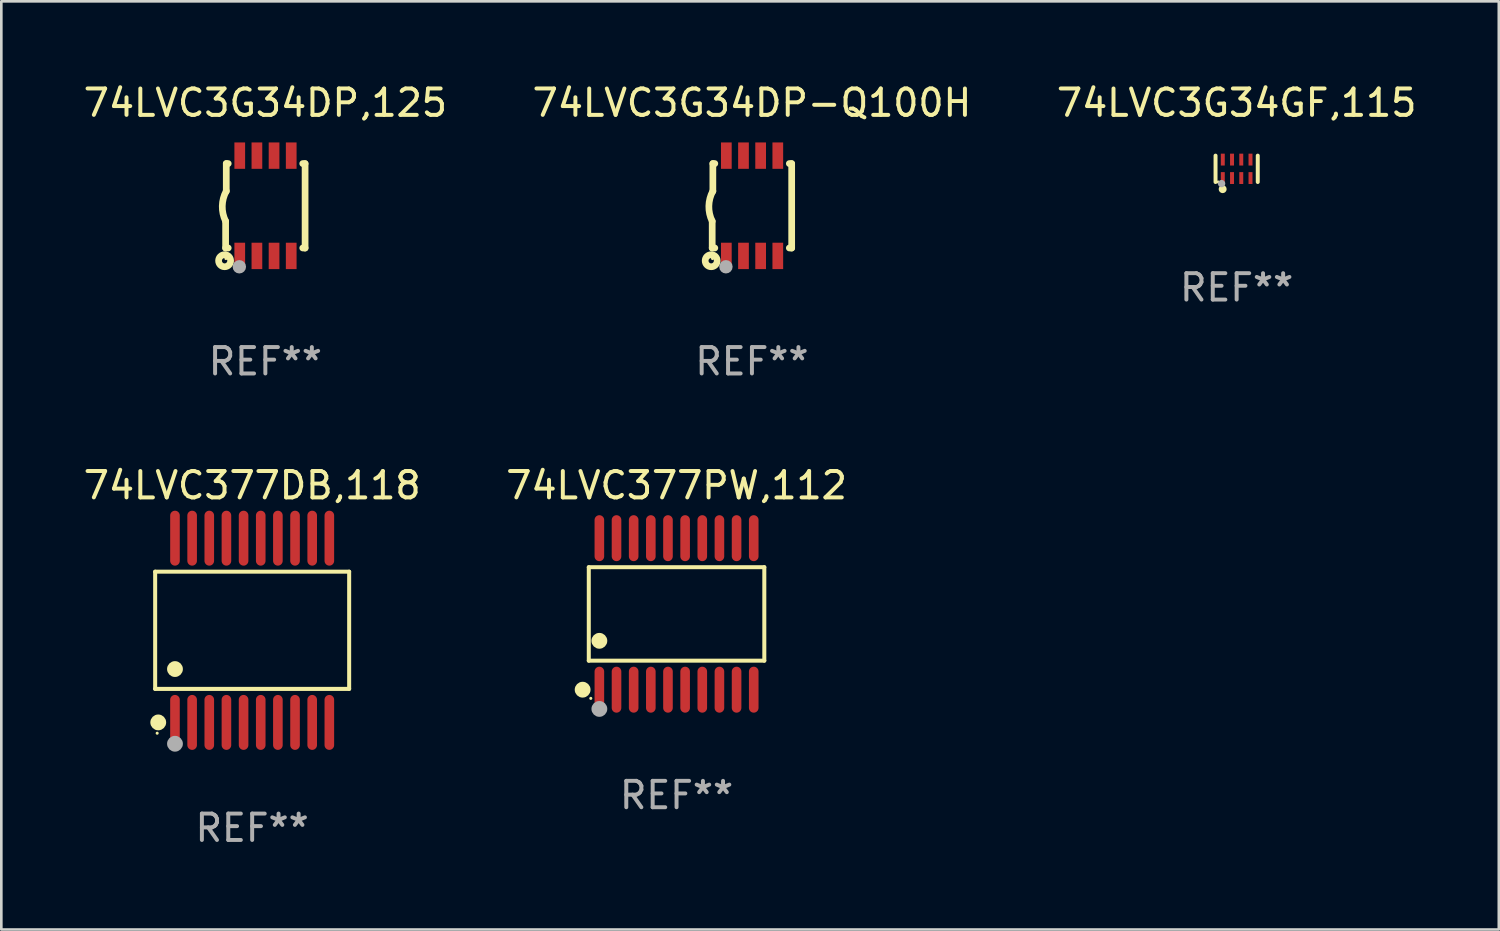
<source format=kicad_pcb>
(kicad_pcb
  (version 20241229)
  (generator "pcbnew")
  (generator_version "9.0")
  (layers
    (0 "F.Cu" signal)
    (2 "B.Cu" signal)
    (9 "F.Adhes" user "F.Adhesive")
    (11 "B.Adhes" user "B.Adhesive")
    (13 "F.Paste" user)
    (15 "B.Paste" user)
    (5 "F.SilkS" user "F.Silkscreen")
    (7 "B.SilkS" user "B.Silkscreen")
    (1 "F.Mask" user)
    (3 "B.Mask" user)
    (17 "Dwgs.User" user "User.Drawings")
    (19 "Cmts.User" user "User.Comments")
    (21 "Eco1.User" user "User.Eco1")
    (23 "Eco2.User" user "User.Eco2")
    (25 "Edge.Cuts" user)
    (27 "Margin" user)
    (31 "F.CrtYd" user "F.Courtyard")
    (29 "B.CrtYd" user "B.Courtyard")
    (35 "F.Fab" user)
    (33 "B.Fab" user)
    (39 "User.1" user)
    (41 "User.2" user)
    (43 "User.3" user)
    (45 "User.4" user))
  (footprint "74LVC377DB,118"
    (layer "F.Cu")
    (at 6.506 20.836)
    (property "Reference" "74LVC377DB,118" (at 0 -5.491 0) (layer "F.SilkS") (effects (font (size 1 1) (thickness 0.15))))
    (attr through_hole)
    (fp_line (start -3.676 -2.221) (end 3.676 -2.221) (stroke (width 0.152) (type solid)) (layer "F.SilkS"))
    (fp_line (start -3.676 2.221) (end -3.676 -2.221) (stroke (width 0.152) (type solid)) (layer "F.SilkS"))
    (fp_line (start 3.676 -2.221) (end 3.676 2.221) (stroke (width 0.152) (type solid)) (layer "F.SilkS"))
    (fp_line (start 3.676 2.221) (end -3.676 2.221) (stroke (width 0.152) (type solid)) (layer "F.SilkS"))
    (fp_circle (center -3.6 3.9) (end -3.57 3.9) (stroke (width 0.06) (type solid)) (fill no) (layer "F.SilkS"))
    (fp_circle (center -3.559 3.491) (end -3.409 3.491) (stroke (width 0.3) (type solid)) (fill no) (layer "F.SilkS"))
    (fp_circle (center -2.925 1.469) (end -2.775 1.469) (stroke (width 0.3) (type solid)) (fill no) (layer "F.SilkS"))
    (fp_circle (center -2.925 4.3) (end -2.775 4.3) (stroke (width 0.3) (type solid)) (fill no) (layer "F.Fab"))
    (fp_text user "REF**" (at 0 7.491 0) (layer "F.Fab") (effects (font (size 1 1) (thickness 0.15))))
    (pad "1" smd oval (at -2.925 3.491) (size 0.364 2.082) (layers "F.Cu" "F.Mask" "F.Paste"))
    (pad "2" smd oval (at -2.275 3.491) (size 0.364 2.082) (layers "F.Cu" "F.Mask" "F.Paste"))
    (pad "3" smd oval (at -1.625 3.491) (size 0.364 2.082) (layers "F.Cu" "F.Mask" "F.Paste"))
    (pad "4" smd oval (at -0.975 3.491) (size 0.364 2.082) (layers "F.Cu" "F.Mask" "F.Paste"))
    (pad "5" smd oval (at -0.325 3.491) (size 0.364 2.082) (layers "F.Cu" "F.Mask" "F.Paste"))
    (pad "6" smd oval (at 0.325 3.491) (size 0.364 2.082) (layers "F.Cu" "F.Mask" "F.Paste"))
    (pad "7" smd oval (at 0.975 3.491) (size 0.364 2.082) (layers "F.Cu" "F.Mask" "F.Paste"))
    (pad "8" smd oval (at 1.625 3.491) (size 0.364 2.082) (layers "F.Cu" "F.Mask" "F.Paste"))
    (pad "9" smd oval (at 2.275 3.491) (size 0.364 2.082) (layers "F.Cu" "F.Mask" "F.Paste"))
    (pad "10" smd oval (at 2.925 3.491) (size 0.364 2.082) (layers "F.Cu" "F.Mask" "F.Paste"))
    (pad "11" smd oval (at 2.925 -3.491) (size 0.364 2.082) (layers "F.Cu" "F.Mask" "F.Paste"))
    (pad "12" smd oval (at 2.275 -3.491) (size 0.364 2.082) (layers "F.Cu" "F.Mask" "F.Paste"))
    (pad "13" smd oval (at 1.625 -3.491) (size 0.364 2.082) (layers "F.Cu" "F.Mask" "F.Paste"))
    (pad "14" smd oval (at 0.975 -3.491) (size 0.364 2.082) (layers "F.Cu" "F.Mask" "F.Paste"))
    (pad "15" smd oval (at 0.325 -3.491) (size 0.364 2.082) (layers "F.Cu" "F.Mask" "F.Paste"))
    (pad "16" smd oval (at -0.325 -3.491) (size 0.364 2.082) (layers "F.Cu" "F.Mask" "F.Paste"))
    (pad "17" smd oval (at -0.975 -3.491) (size 0.364 2.082) (layers "F.Cu" "F.Mask" "F.Paste"))
    (pad "18" smd oval (at -1.625 -3.491) (size 0.364 2.082) (layers "F.Cu" "F.Mask" "F.Paste"))
    (pad "19" smd oval (at -2.275 -3.491) (size 0.364 2.082) (layers "F.Cu" "F.Mask" "F.Paste"))
    (pad "20" smd oval (at -2.925 -3.491) (size 0.364 2.082) (layers "F.Cu" "F.Mask" "F.Paste")))
  (footprint "74LVC3G34DP-Q100H"
    (layer "F.Cu")
    (at 25.446 4.748)
    (property "Reference" "74LVC3G34DP-Q100H" (at 0 -3.9 0) (layer "F.SilkS") (effects (font (size 1 1) (thickness 0.15))))
    (attr through_hole)
    (fp_line (start -1.506 1.6) (end -1.506 0.584) (stroke (width 0.254) (type solid)) (layer "F.SilkS"))
    (fp_line (start -1.506 1.6) (end -1.407 1.6) (stroke (width 0.254) (type solid)) (layer "F.SilkS"))
    (fp_line (start -1.481 -1.599) (end -1.481 -0.549) (stroke (width 0.254) (type solid)) (layer "F.SilkS"))
    (fp_line (start -1.481 -1.599) (end -1.407 -1.599) (stroke (width 0.254) (type solid)) (layer "F.SilkS"))
    (fp_line (start 1.417 -1.599) (end 1.506 -1.599) (stroke (width 0.254) (type solid)) (layer "F.SilkS"))
    (fp_line (start 1.417 1.6) (end 1.506 1.6) (stroke (width 0.254) (type solid)) (layer "F.SilkS"))
    (fp_line (start 1.506 1.603) (end 1.506 -1.595) (stroke (width 0.254) (type solid)) (layer "F.SilkS"))
    (fp_arc (start -1.506223 0.584328) (mid -1.632455 0.00974) (end -1.480823 -0.558674) (stroke (width 0.254001) (type solid)) (layer "F.SilkS"))
    (fp_circle (center -1.544 2.083) (end -1.443 2.083) (stroke (width 0.254) (type solid)) (fill no) (layer "F.SilkS"))
    (fp_circle (center -1.495 2) (end -1.465 2) (stroke (width 0.06) (type solid)) (fill no) (layer "F.SilkS"))
    (fp_circle (center -0.986 2.312) (end -0.859 2.312) (stroke (width 0.254) (type solid)) (fill no) (layer "F.Fab"))
    (fp_text user "REF**" (at 0 5.9 0) (layer "F.Fab") (effects (font (size 1 1) (thickness 0.15))))
    (pad "1" smd rect (at -0.97 1.9 90) (size 1 0.406) (layers "F.Cu" "F.Mask" "F.Paste"))
    (pad "2" smd rect (at -0.32 1.9 90) (size 1 0.406) (layers "F.Cu" "F.Mask" "F.Paste"))
    (pad "3" smd rect (at 0.33 1.9 90) (size 1 0.406) (layers "F.Cu" "F.Mask" "F.Paste"))
    (pad "4" smd rect (at 0.98 1.9 90) (size 1 0.406) (layers "F.Cu" "F.Mask" "F.Paste"))
    (pad "5" smd rect (at 0.98 -1.9 90) (size 1 0.406) (layers "F.Cu" "F.Mask" "F.Paste"))
    (pad "6" smd rect (at 0.33 -1.9 90) (size 1 0.406) (layers "F.Cu" "F.Mask" "F.Paste"))
    (pad "7" smd rect (at -0.32 -1.9 90) (size 1 0.406) (layers "F.Cu" "F.Mask" "F.Paste"))
    (pad "8" smd rect (at -0.97 -1.9 90) (size 1 0.406) (layers "F.Cu" "F.Mask" "F.Paste")))
  (footprint "74LVC3G34GF,115"
    (layer "F.Cu")
    (at 43.815 3.348)
    (property "Reference" "74LVC3G34GF,115" (at 0 -2.5 0) (layer "F.SilkS") (effects (font (size 1 1) (thickness 0.15))))
    (attr through_hole)
    (fp_line (start -0.8 -0.5) (end -0.8 0.5) (stroke (width 0.15) (type solid)) (layer "F.SilkS"))
    (fp_line (start 0.8 -0.5) (end 0.8 0.5) (stroke (width 0.15) (type solid)) (layer "F.SilkS"))
    (fp_circle (center -0.7 0.5) (end -0.67 0.5) (stroke (width 0.06) (type solid)) (fill no) (layer "F.SilkS"))
    (fp_circle (center -0.53 0.77) (end -0.454 0.77) (stroke (width 0.15) (type solid)) (fill no) (layer "F.SilkS"))
    (fp_circle (center -0.57 0.56) (end -0.5 0.56) (stroke (width 0.14) (type solid)) (fill no) (layer "F.Fab"))
    (fp_text user "REF**" (at 0 4.5 0) (layer "F.Fab") (effects (font (size 1 1) (thickness 0.15))))
    (pad "1" smd rect (at -0.525 0.35) (size 0.15 0.45) (layers "F.Cu" "F.Mask" "F.Paste"))
    (pad "2" smd rect (at -0.175 0.35) (size 0.15 0.45) (layers "F.Cu" "F.Mask" "F.Paste"))
    (pad "3" smd rect (at 0.175 0.35) (size 0.15 0.45) (layers "F.Cu" "F.Mask" "F.Paste"))
    (pad "4" smd rect (at 0.525 0.35) (size 0.15 0.45) (layers "F.Cu" "F.Mask" "F.Paste"))
    (pad "5" smd rect (at 0.525 -0.35) (size 0.15 0.45) (layers "F.Cu" "F.Mask" "F.Paste"))
    (pad "6" smd rect (at 0.175 -0.35) (size 0.15 0.45) (layers "F.Cu" "F.Mask" "F.Paste"))
    (pad "7" smd rect (at -0.175 -0.35) (size 0.15 0.45) (layers "F.Cu" "F.Mask" "F.Paste"))
    (pad "8" smd rect (at -0.525 -0.35) (size 0.15 0.45) (layers "F.Cu" "F.Mask" "F.Paste")))
  (footprint "74LVC3G34DP,125"
    (layer "F.Cu")
    (at 7.006 4.748)
    (property "Reference" "74LVC3G34DP,125" (at 0 -3.9 0) (layer "F.SilkS") (effects (font (size 1 1) (thickness 0.15))))
    (attr through_hole)
    (fp_line (start -1.506 1.6) (end -1.506 0.584) (stroke (width 0.254) (type solid)) (layer "F.SilkS"))
    (fp_line (start -1.506 1.6) (end -1.407 1.6) (stroke (width 0.254) (type solid)) (layer "F.SilkS"))
    (fp_line (start -1.481 -1.599) (end -1.481 -0.549) (stroke (width 0.254) (type solid)) (layer "F.SilkS"))
    (fp_line (start -1.481 -1.599) (end -1.407 -1.599) (stroke (width 0.254) (type solid)) (layer "F.SilkS"))
    (fp_line (start 1.417 -1.599) (end 1.506 -1.599) (stroke (width 0.254) (type solid)) (layer "F.SilkS"))
    (fp_line (start 1.417 1.6) (end 1.506 1.6) (stroke (width 0.254) (type solid)) (layer "F.SilkS"))
    (fp_line (start 1.506 1.603) (end 1.506 -1.595) (stroke (width 0.254) (type solid)) (layer "F.SilkS"))
    (fp_arc (start -1.506223 0.584328) (mid -1.632455 0.00974) (end -1.480823 -0.558674) (stroke (width 0.254001) (type solid)) (layer "F.SilkS"))
    (fp_circle (center -1.544 2.083) (end -1.443 2.083) (stroke (width 0.254) (type solid)) (fill no) (layer "F.SilkS"))
    (fp_circle (center -1.495 2) (end -1.465 2) (stroke (width 0.06) (type solid)) (fill no) (layer "F.SilkS"))
    (fp_circle (center -0.986 2.312) (end -0.859 2.312) (stroke (width 0.254) (type solid)) (fill no) (layer "F.Fab"))
    (fp_text user "REF**" (at 0 5.9 0) (layer "F.Fab") (effects (font (size 1 1) (thickness 0.15))))
    (pad "1" smd rect (at -0.97 1.9 90) (size 1 0.406) (layers "F.Cu" "F.Mask" "F.Paste"))
    (pad "2" smd rect (at -0.32 1.9 90) (size 1 0.406) (layers "F.Cu" "F.Mask" "F.Paste"))
    (pad "3" smd rect (at 0.33 1.9 90) (size 1 0.406) (layers "F.Cu" "F.Mask" "F.Paste"))
    (pad "4" smd rect (at 0.98 1.9 90) (size 1 0.406) (layers "F.Cu" "F.Mask" "F.Paste"))
    (pad "5" smd rect (at 0.98 -1.9 90) (size 1 0.406) (layers "F.Cu" "F.Mask" "F.Paste"))
    (pad "6" smd rect (at 0.33 -1.9 90) (size 1 0.406) (layers "F.Cu" "F.Mask" "F.Paste"))
    (pad "7" smd rect (at -0.32 -1.9 90) (size 1 0.406) (layers "F.Cu" "F.Mask" "F.Paste"))
    (pad "8" smd rect (at -0.97 -1.9 90) (size 1 0.406) (layers "F.Cu" "F.Mask" "F.Paste")))
  (footprint "74LVC377PW,112"
    (layer "F.Cu")
    (at 22.589 20.216)
    (property "Reference" "74LVC377PW,112" (at 0 -4.871 0) (layer "F.SilkS") (effects (font (size 1 1) (thickness 0.15))))
    (attr through_hole)
    (fp_line (start -3.326 -1.771) (end 3.326 -1.771) (stroke (width 0.152) (type solid)) (layer "F.SilkS"))
    (fp_line (start -3.326 1.771) (end -3.326 -1.771) (stroke (width 0.152) (type solid)) (layer "F.SilkS"))
    (fp_line (start 3.326 -1.771) (end 3.326 1.771) (stroke (width 0.152) (type solid)) (layer "F.SilkS"))
    (fp_line (start 3.326 1.771) (end -3.326 1.771) (stroke (width 0.152) (type solid)) (layer "F.SilkS"))
    (fp_circle (center -3.559 2.871) (end -3.409 2.871) (stroke (width 0.3) (type solid)) (fill no) (layer "F.SilkS"))
    (fp_circle (center -3.25 3.2) (end -3.22 3.2) (stroke (width 0.06) (type solid)) (fill no) (layer "F.SilkS"))
    (fp_circle (center -2.925 1.019) (end -2.775 1.019) (stroke (width 0.3) (type solid)) (fill no) (layer "F.SilkS"))
    (fp_circle (center -2.925 3.6) (end -2.775 3.6) (stroke (width 0.3) (type solid)) (fill no) (layer "F.Fab"))
    (fp_text user "REF**" (at 0 6.871 0) (layer "F.Fab") (effects (font (size 1 1) (thickness 0.15))))
    (pad "1" smd oval (at -2.925 2.871) (size 0.364 1.742) (layers "F.Cu" "F.Mask" "F.Paste"))
    (pad "2" smd oval (at -2.275 2.871) (size 0.364 1.742) (layers "F.Cu" "F.Mask" "F.Paste"))
    (pad "3" smd oval (at -1.625 2.871) (size 0.364 1.742) (layers "F.Cu" "F.Mask" "F.Paste"))
    (pad "4" smd oval (at -0.975 2.871) (size 0.364 1.742) (layers "F.Cu" "F.Mask" "F.Paste"))
    (pad "5" smd oval (at -0.325 2.871) (size 0.364 1.742) (layers "F.Cu" "F.Mask" "F.Paste"))
    (pad "6" smd oval (at 0.325 2.871) (size 0.364 1.742) (layers "F.Cu" "F.Mask" "F.Paste"))
    (pad "7" smd oval (at 0.975 2.871) (size 0.364 1.742) (layers "F.Cu" "F.Mask" "F.Paste"))
    (pad "8" smd oval (at 1.625 2.871) (size 0.364 1.742) (layers "F.Cu" "F.Mask" "F.Paste"))
    (pad "9" smd oval (at 2.275 2.871) (size 0.364 1.742) (layers "F.Cu" "F.Mask" "F.Paste"))
    (pad "10" smd oval (at 2.925 2.871) (size 0.364 1.742) (layers "F.Cu" "F.Mask" "F.Paste"))
    (pad "11" smd oval (at 2.925 -2.871) (size 0.364 1.742) (layers "F.Cu" "F.Mask" "F.Paste"))
    (pad "12" smd oval (at 2.275 -2.871) (size 0.364 1.742) (layers "F.Cu" "F.Mask" "F.Paste"))
    (pad "13" smd oval (at 1.625 -2.871) (size 0.364 1.742) (layers "F.Cu" "F.Mask" "F.Paste"))
    (pad "14" smd oval (at 0.975 -2.871) (size 0.364 1.742) (layers "F.Cu" "F.Mask" "F.Paste"))
    (pad "15" smd oval (at 0.325 -2.871) (size 0.364 1.742) (layers "F.Cu" "F.Mask" "F.Paste"))
    (pad "16" smd oval (at -0.325 -2.871) (size 0.364 1.742) (layers "F.Cu" "F.Mask" "F.Paste"))
    (pad "17" smd oval (at -0.975 -2.871) (size 0.364 1.742) (layers "F.Cu" "F.Mask" "F.Paste"))
    (pad "18" smd oval (at -1.625 -2.871) (size 0.364 1.742) (layers "F.Cu" "F.Mask" "F.Paste"))
    (pad "19" smd oval (at -2.275 -2.871) (size 0.364 1.742) (layers "F.Cu" "F.Mask" "F.Paste"))
    (pad "20" smd oval (at -2.925 -2.871) (size 0.364 1.742) (layers "F.Cu" "F.Mask" "F.Paste")))
  (gr_rect
    (start -3 -3)
    (end 53.75 32.175)
    (stroke (width 0.1) (type default))
    (fill no)
    (layer "Edge.Cuts")))
</source>
